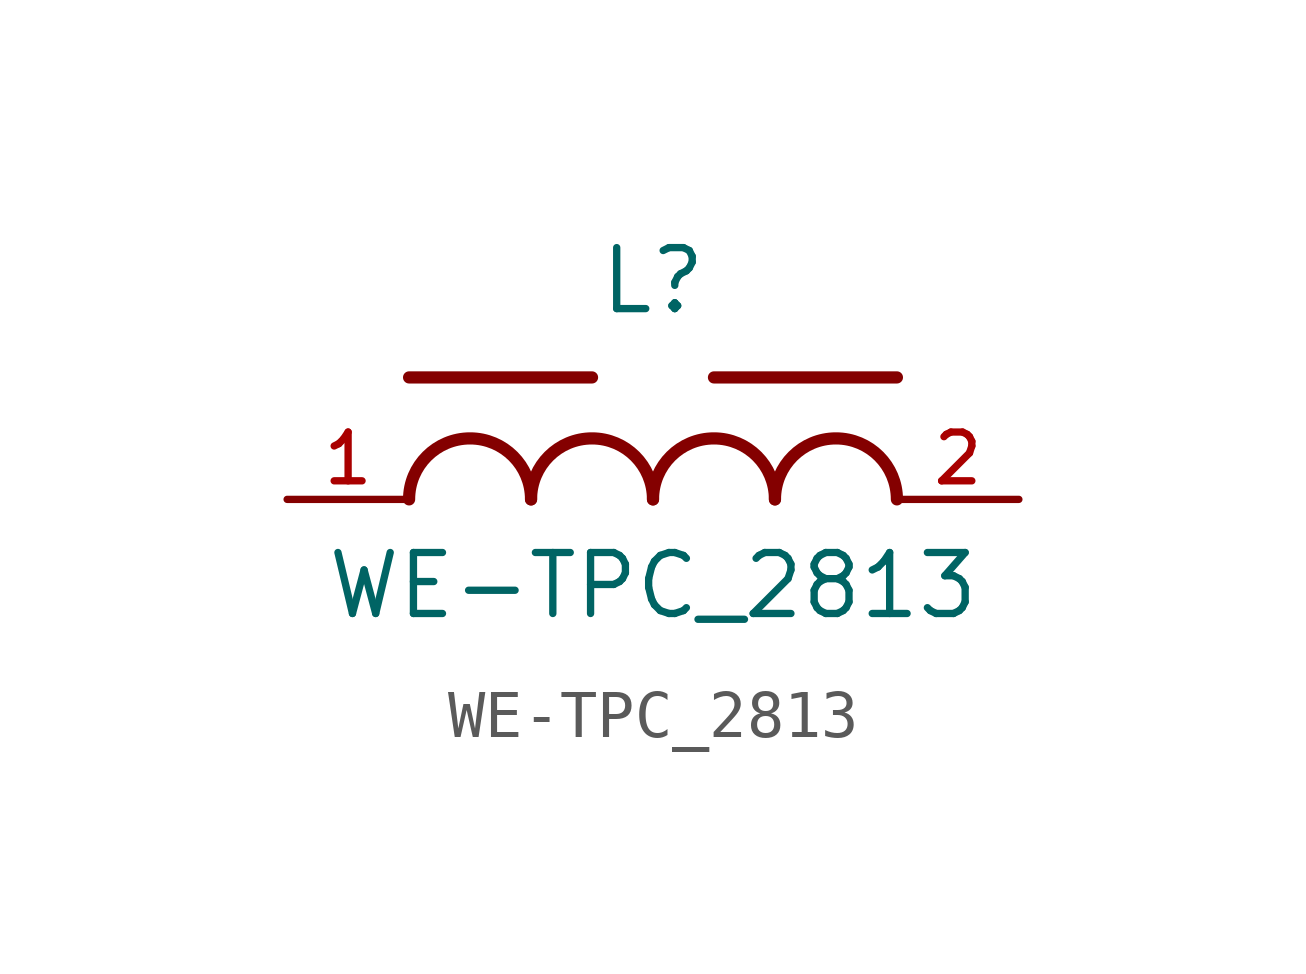
<source format=kicad_sym>
(kicad_symbol_lib
  (version 20211014)
  (generator kicad_symbol_editor)
  (symbol "WE-TPC_2813"
    (pin_names
      (offset 1.016))
    (property "Reference" "L"
      (at 0.0 3.81 0)
      (effects (font (size 1.27 1.27)) (justify bottom)))
    (property "Value" "WE-TPC_2813"
      (at 0.0 -2.54 0)
      (effects (font (size 1.27 1.27)) (justify bottom)))
    (symbol "WE-TPC_2813_0_0"
      (arc (start -2.54 0.0) (mid -3.81 1.27) (end -5.08 0.0) (stroke (width 0.254) (type default) (color 0 0 0 0)) (fill (type none)))
      (arc (start 0.0 0.0) (mid -1.27 1.27) (end -2.54 0.0) (stroke (width 0.254) (type default) (color 0 0 0 0)) (fill (type none)))
      (arc (start 2.54 0.0) (mid 1.27 1.27) (end 0.0 0.0) (stroke (width 0.254) (type default) (color 0 0 0 0)) (fill (type none)))
      (arc (start 5.08 0.0) (mid 3.81 1.27) (end 2.54 0.0) (stroke (width 0.254) (type default) (color 0 0 0 0)) (fill (type none)))
      (polyline (pts (xy -1.27 2.54) (xy -5.08 2.54)) (stroke (width 0.254)))
      (polyline (pts (xy 5.08 2.54) (xy 1.27 2.54)) (stroke (width 0.254)))
      (pin passive line (at -7.62 0.0 0) (length 2.54) (name "~" (effects (font (size 1.016 1.016)))) (number "1" (effects (font (size 1.016 1.016)))))
      (pin passive line (at 7.62 0.0 180.0) (length 2.54) (name "~" (effects (font (size 1.016 1.016)))) (number "2" (effects (font (size 1.016 1.016))))))))
</source>
